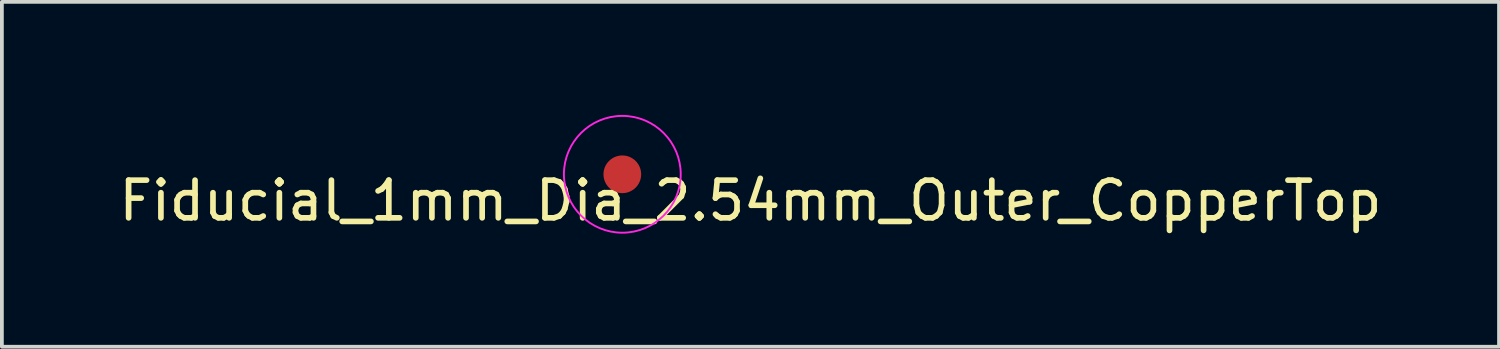
<source format=kicad_pcb>
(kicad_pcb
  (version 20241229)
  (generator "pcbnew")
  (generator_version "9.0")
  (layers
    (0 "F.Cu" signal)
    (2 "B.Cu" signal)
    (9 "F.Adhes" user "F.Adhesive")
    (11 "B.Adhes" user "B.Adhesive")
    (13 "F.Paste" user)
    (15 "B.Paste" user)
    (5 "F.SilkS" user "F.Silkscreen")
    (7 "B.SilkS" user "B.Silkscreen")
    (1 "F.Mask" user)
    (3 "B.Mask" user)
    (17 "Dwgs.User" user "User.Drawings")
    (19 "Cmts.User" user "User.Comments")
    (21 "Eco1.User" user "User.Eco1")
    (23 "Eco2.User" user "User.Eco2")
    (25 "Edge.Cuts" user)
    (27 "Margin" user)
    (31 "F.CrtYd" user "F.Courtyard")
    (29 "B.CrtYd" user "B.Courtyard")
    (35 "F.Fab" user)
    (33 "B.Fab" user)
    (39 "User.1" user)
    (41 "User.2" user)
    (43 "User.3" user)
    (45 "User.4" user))
  (footprint "Fiducial_1mm_Dia_2.54mm_Outer_CopperTop"
    (layer "F.Cu")
    (at 13.463 1.575)
    (property "Reference" "Fiducial_1mm_Dia_2.54mm_Outer_CopperTop" (at 3.4 0.7 0) (layer "F.SilkS") (effects (font (size 1 1) (thickness 0.15))))
    (attr smd)
    (fp_circle (center 0 0) (end 1.55 0) (stroke (width 0.05) (type solid)) (fill no) (layer "F.CrtYd"))
    (pad "~" smd circle (at 0 0) (size 1 1) (layers "F.Cu" "F.Mask")))
  (gr_rect
    (start -3 -3)
    (end 36.726 6.15)
    (stroke (width 0.1) (type default))
    (fill no)
    (layer "Edge.Cuts")))
</source>
